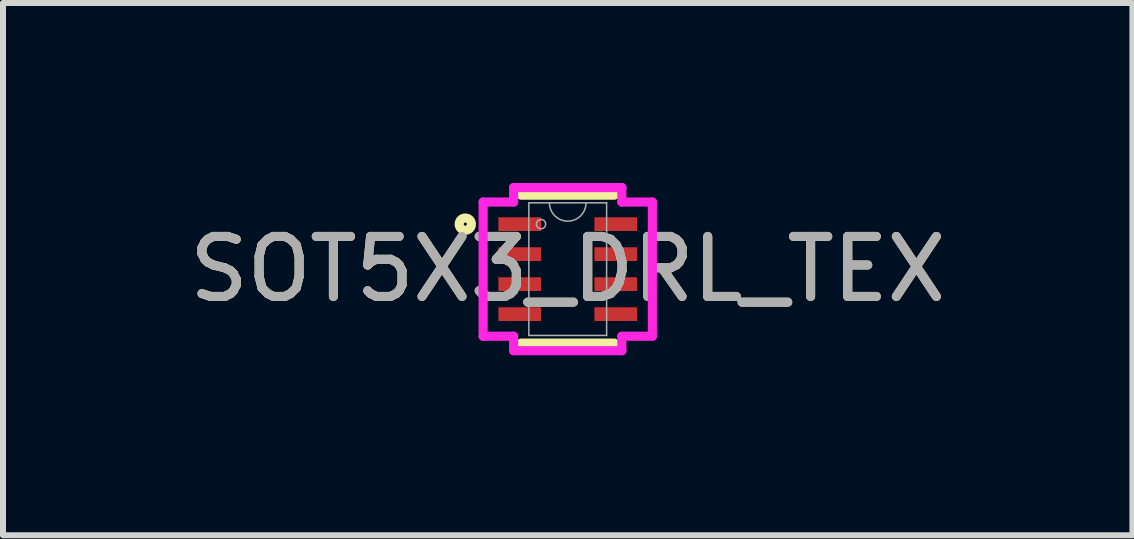
<source format=kicad_pcb>
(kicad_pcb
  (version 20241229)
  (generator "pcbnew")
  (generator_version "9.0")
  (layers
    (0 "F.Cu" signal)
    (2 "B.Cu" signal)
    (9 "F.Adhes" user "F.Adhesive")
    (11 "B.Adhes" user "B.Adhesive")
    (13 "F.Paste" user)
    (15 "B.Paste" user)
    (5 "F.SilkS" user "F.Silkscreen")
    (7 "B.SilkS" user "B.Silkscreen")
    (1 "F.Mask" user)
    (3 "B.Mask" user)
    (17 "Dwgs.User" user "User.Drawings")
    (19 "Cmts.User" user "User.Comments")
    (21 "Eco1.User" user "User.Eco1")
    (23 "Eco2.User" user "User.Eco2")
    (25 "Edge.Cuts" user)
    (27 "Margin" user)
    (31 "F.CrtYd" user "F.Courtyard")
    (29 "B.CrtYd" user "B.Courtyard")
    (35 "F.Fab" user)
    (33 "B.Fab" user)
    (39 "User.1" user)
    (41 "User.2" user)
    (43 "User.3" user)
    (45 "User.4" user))
  (footprint "SOT5X3_DRL_TEX"
    (layer "F.Cu")
    (at 6.411 1.435)
    (property "Reference" "SOT5X3_DRL_TEX" (at 0 0 0) (unlocked yes) (layer "F.SilkS") (effects (font (size 1 1) (thickness 0.15))))
    (attr smd)
    (fp_line (start -0.775 1.232) (end 0.775 1.232) (stroke (width 0.152) (type solid)) (layer "F.SilkS"))
    (fp_line (start 0.775 -1.232) (end -0.775 -1.232) (stroke (width 0.152) (type solid)) (layer "F.SilkS"))
    (fp_circle (center -1.707 -0.75) (end -1.605 -0.75) (stroke (width 0.152) (type solid)) (fill no) (layer "F.SilkS"))
    (fp_line (start -1.41 -1.118) (end -0.902 -1.118) (stroke (width 0.152) (type solid)) (layer "F.CrtYd"))
    (fp_line (start -1.41 1.118) (end -1.41 -1.118) (stroke (width 0.152) (type solid)) (layer "F.CrtYd"))
    (fp_line (start -1.41 1.118) (end -0.902 1.118) (stroke (width 0.152) (type solid)) (layer "F.CrtYd"))
    (fp_line (start -0.902 -1.359) (end 0.902 -1.359) (stroke (width 0.152) (type solid)) (layer "F.CrtYd"))
    (fp_line (start -0.902 -1.118) (end -0.902 -1.359) (stroke (width 0.152) (type solid)) (layer "F.CrtYd"))
    (fp_line (start -0.902 1.359) (end -0.902 1.118) (stroke (width 0.152) (type solid)) (layer "F.CrtYd"))
    (fp_line (start 0.902 -1.359) (end 0.902 -1.118) (stroke (width 0.152) (type solid)) (layer "F.CrtYd"))
    (fp_line (start 0.902 1.118) (end 0.902 1.359) (stroke (width 0.152) (type solid)) (layer "F.CrtYd"))
    (fp_line (start 0.902 1.359) (end -0.902 1.359) (stroke (width 0.152) (type solid)) (layer "F.CrtYd"))
    (fp_line (start 1.41 -1.118) (end 0.902 -1.118) (stroke (width 0.152) (type solid)) (layer "F.CrtYd"))
    (fp_line (start 1.41 -1.118) (end 1.41 1.118) (stroke (width 0.152) (type solid)) (layer "F.CrtYd"))
    (fp_line (start 1.41 1.118) (end 0.902 1.118) (stroke (width 0.152) (type solid)) (layer "F.CrtYd"))
    (fp_line (start -0.648 -1.105) (end -0.648 1.105) (stroke (width 0.025) (type solid)) (layer "F.Fab"))
    (fp_line (start -0.648 1.105) (end 0.648 1.105) (stroke (width 0.025) (type solid)) (layer "F.Fab"))
    (fp_line (start 0.648 -1.105) (end -0.648 -1.105) (stroke (width 0.025) (type solid)) (layer "F.Fab"))
    (fp_line (start 0.648 1.105) (end 0.648 -1.105) (stroke (width 0.025) (type solid)) (layer "F.Fab"))
    (fp_arc (start 0.3048 -1.1049) (mid 0 -0.8001) (end -0.3048 -1.1049) (stroke (width 0.0254) (type solid)) (layer "F.Fab"))
    (fp_circle (center -0.445 -0.75) (end -0.368 -0.75) (stroke (width 0.025) (type solid)) (fill no) (layer "F.Fab"))
    (fp_text user "${REFERENCE}" (at 0 0 0) (unlocked yes) (layer "F.Fab") (effects (font (size 1 1) (thickness 0.15))))
    (pad "1" smd rect (at -0.8 -0.75) (size 0.711 0.229) (layers "F.Cu" "F.Mask" "F.Paste"))
    (pad "2" smd rect (at -0.8 -0.25) (size 0.711 0.229) (layers "F.Cu" "F.Mask" "F.Paste"))
    (pad "3" smd rect (at -0.8 0.25) (size 0.711 0.229) (layers "F.Cu" "F.Mask" "F.Paste"))
    (pad "4" smd rect (at -0.8 0.75) (size 0.711 0.229) (layers "F.Cu" "F.Mask" "F.Paste"))
    (pad "5" smd rect (at 0.8 0.75) (size 0.711 0.229) (layers "F.Cu" "F.Mask" "F.Paste"))
    (pad "6" smd rect (at 0.8 0.25) (size 0.711 0.229) (layers "F.Cu" "F.Mask" "F.Paste"))
    (pad "7" smd rect (at 0.8 -0.25) (size 0.711 0.229) (layers "F.Cu" "F.Mask" "F.Paste"))
    (pad "8" smd rect (at 0.8 -0.75) (size 0.711 0.229) (layers "F.Cu" "F.Mask" "F.Paste")))
  (gr_rect
    (start -3 -3)
    (end 15.821 5.87)
    (stroke (width 0.1) (type default))
    (fill no)
    (layer "Edge.Cuts")))
</source>
